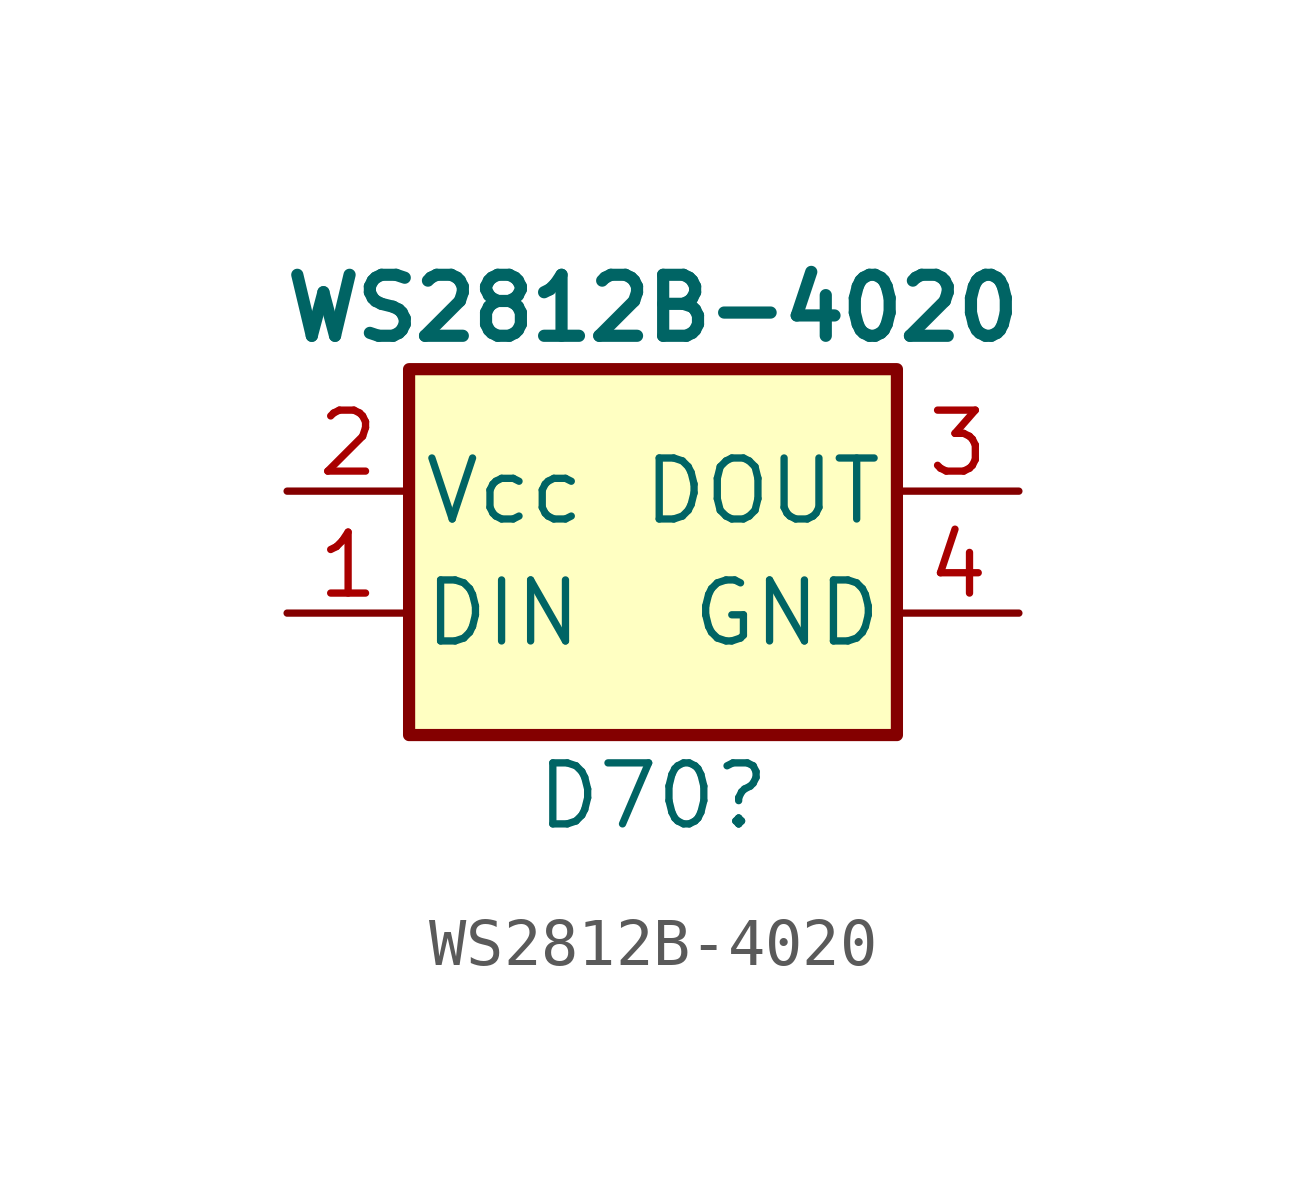
<source format=kicad_sym>
(kicad_symbol_lib
  (version 20231120)
  (generator "kicad_symbol_editor")
  (generator_version "8.0")
  (symbol "WS2812B-4020"
    (pin_names
      (offset 0.254))
    (property "Reference" "D70"
      (at 0 -5.08 0)
      (effects (font (size 1.27 1.27))))
    (property "Value" "WS2812B-4020"
      (at 0 5.08 0)
      (effects (font (size 1.27 1.27) (bold yes))))
    (symbol "WS2812B-4020_0_1"
      (rectangle (start -5.08 3.81) (end 5.08 -3.81) (stroke (width 0.254) (type default)) (fill (type background))))
    (symbol "WS2812B-4020_1_1"
      (pin input line (at -7.62 -1.27 0) (length 2.54) (name "DIN" (effects (font (size 1.27 1.27)))) (number "1" (effects (font (size 1.27 1.27)))))
      (pin passive line (at -7.62 1.27 0) (length 2.54) (name "Vcc" (effects (font (size 1.27 1.27)))) (number "2" (effects (font (size 1.27 1.27)))))
      (pin output line (at 7.62 1.27 180) (length 2.54) (name "DOUT" (effects (font (size 1.27 1.27)))) (number "3" (effects (font (size 1.27 1.27)))))
      (pin power_in line (at 7.62 -1.27 180) (length 2.54) (name "GND" (effects (font (size 1.27 1.27)))) (number "4" (effects (font (size 1.27 1.27))))))))
</source>
